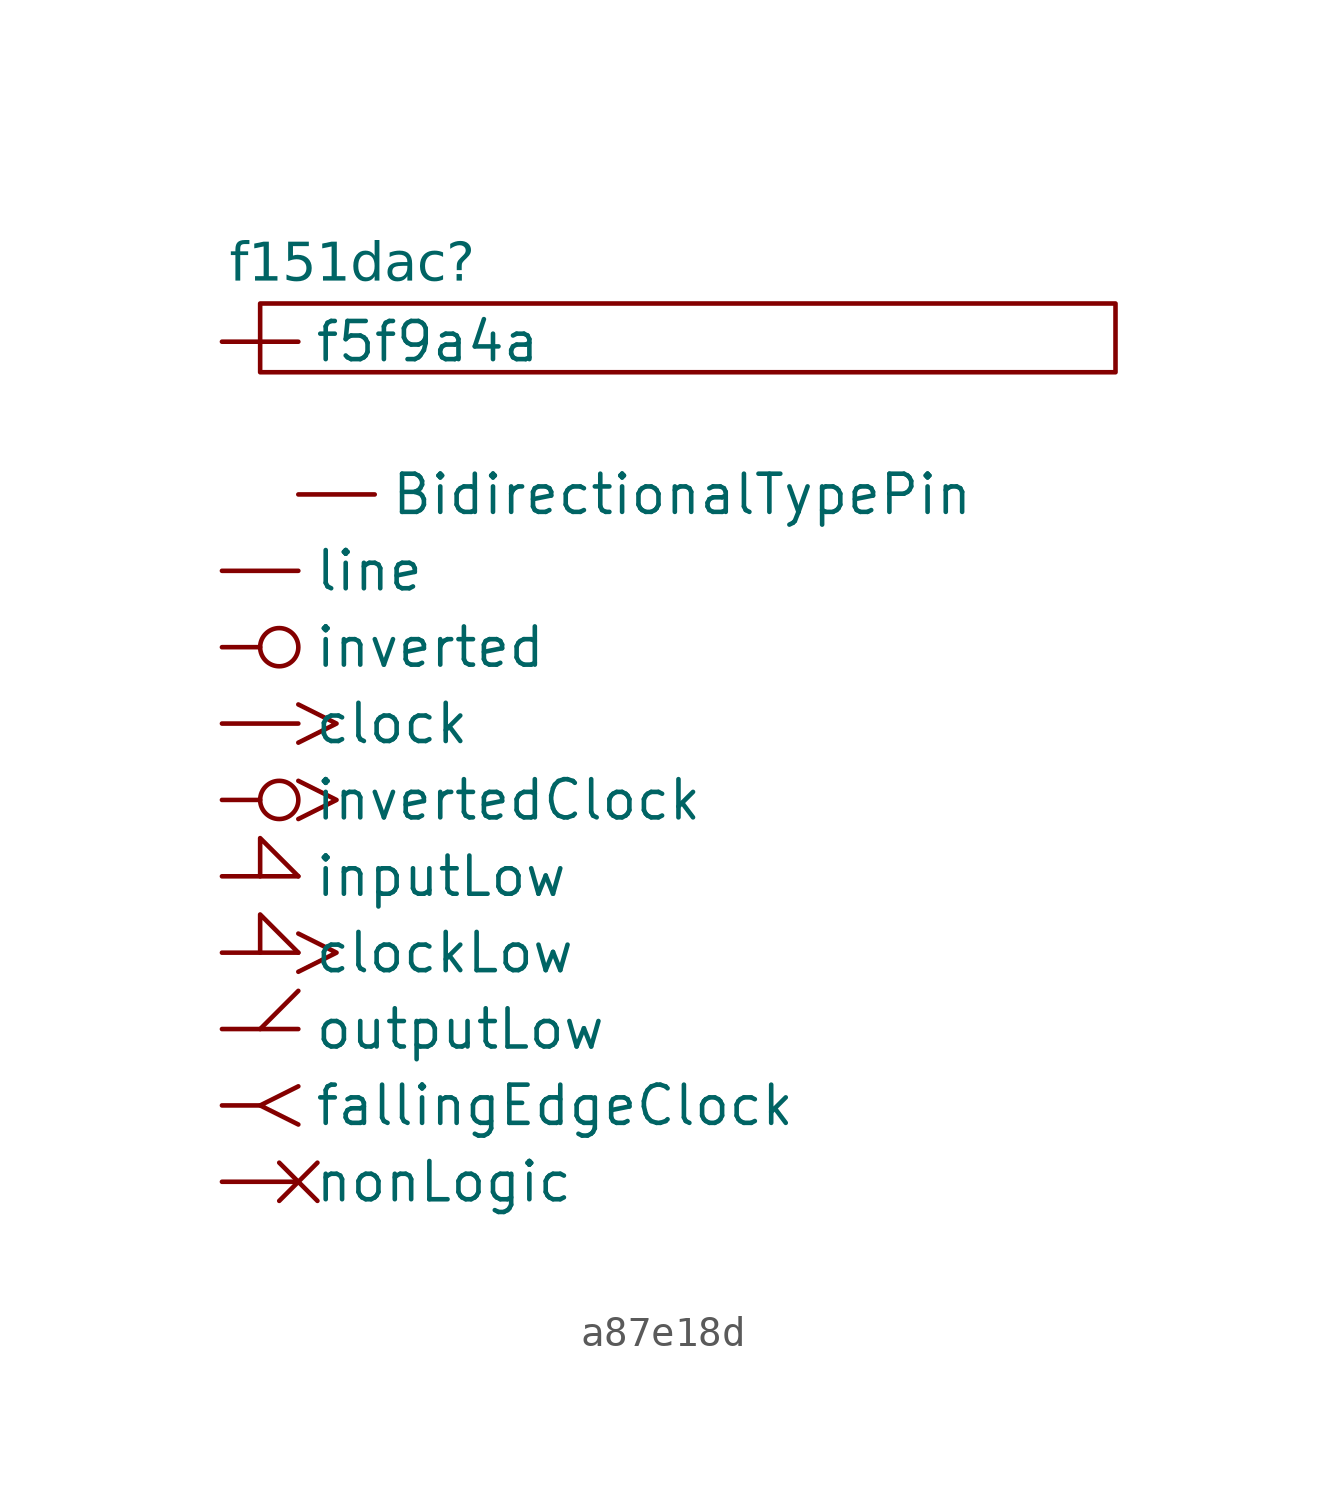
<source format=kicad_sym>
(kicad_symbol_lib
  (version 20231120)
  (generator "kicad_symbol_editor")
  (generator_version "8.0")
  (symbol "a87e18d"
    (pin_numbers hide)
    (property "Reference" "f151dac"
      (at 0.254 -0.508 0)
      (effects (font (face "Cascadia Mono") (size 1.27 1.27)) (justify left top)))
    (property "Value" ""
      (at 0 0 0)
      (effects (font (size 1.27 1.27))))
    (symbol "a87e18d_0_1"
      (rectangle (start 1.27 -2.54) (end 29.718 -4.826) (stroke (width 0) (type default)) (fill (type none))))
    (symbol "a87e18d_1_1"
      (pin input clock (at 0 -16.51 0) (length 2.54) (name "clock" (effects (font (size 1.27 1.27)))) (number "" (effects (font (size 1.27 1.27)))))
      (pin input clock_low (at 0 -24.13 0) (length 2.54) (name "clockLow" (effects (font (size 1.27 1.27)))) (number "" (effects (font (size 1.27 1.27)))))
      (pin input line (at 0 -3.81 0) (length 2.54) (name "f5f9a4a" (effects (font (size 1.27 1.27)))) (number "" (effects (font (size 1.27 1.27)))))
      (pin input edge_clock_high (at 0 -29.21 0) (length 2.54) (name "fallingEdgeClock" (effects (font (size 1.27 1.27)))) (number "" (effects (font (size 1.27 1.27)))))
      (pin input input_low (at 0 -21.59 0) (length 2.54) (name "inputLow" (effects (font (size 1.27 1.27)))) (number "" (effects (font (size 1.27 1.27)))))
      (pin input inverted (at 0 -13.97 0) (length 2.54) (name "inverted" (effects (font (size 1.27 1.27)))) (number "" (effects (font (size 1.27 1.27)))))
      (pin input inverted_clock (at 0 -19.05 0) (length 2.54) (name "invertedClock" (effects (font (size 1.27 1.27)))) (number "" (effects (font (size 1.27 1.27)))))
      (pin input line (at 0 -11.43 0) (length 2.54) (name "line" (effects (font (size 1.27 1.27)))) (number "" (effects (font (size 1.27 1.27)))))
      (pin input non_logic (at 0 -31.75 0) (length 2.54) (name "nonLogic" (effects (font (size 1.27 1.27)))) (number "" (effects (font (size 1.27 1.27)))))
      (pin input output_low (at 0 -26.67 0) (length 2.54) (name "outputLow" (effects (font (size 1.27 1.27)))) (number "" (effects (font (size 1.27 1.27)))))
      (pin bidirectional line (at 2.54 -8.89 0) (length 2.54) (name "BidirectionalTypePin" (effects (font (size 1.27 1.27)))) (number "1" (effects (font (size 1.27 1.27))))))))
</source>
